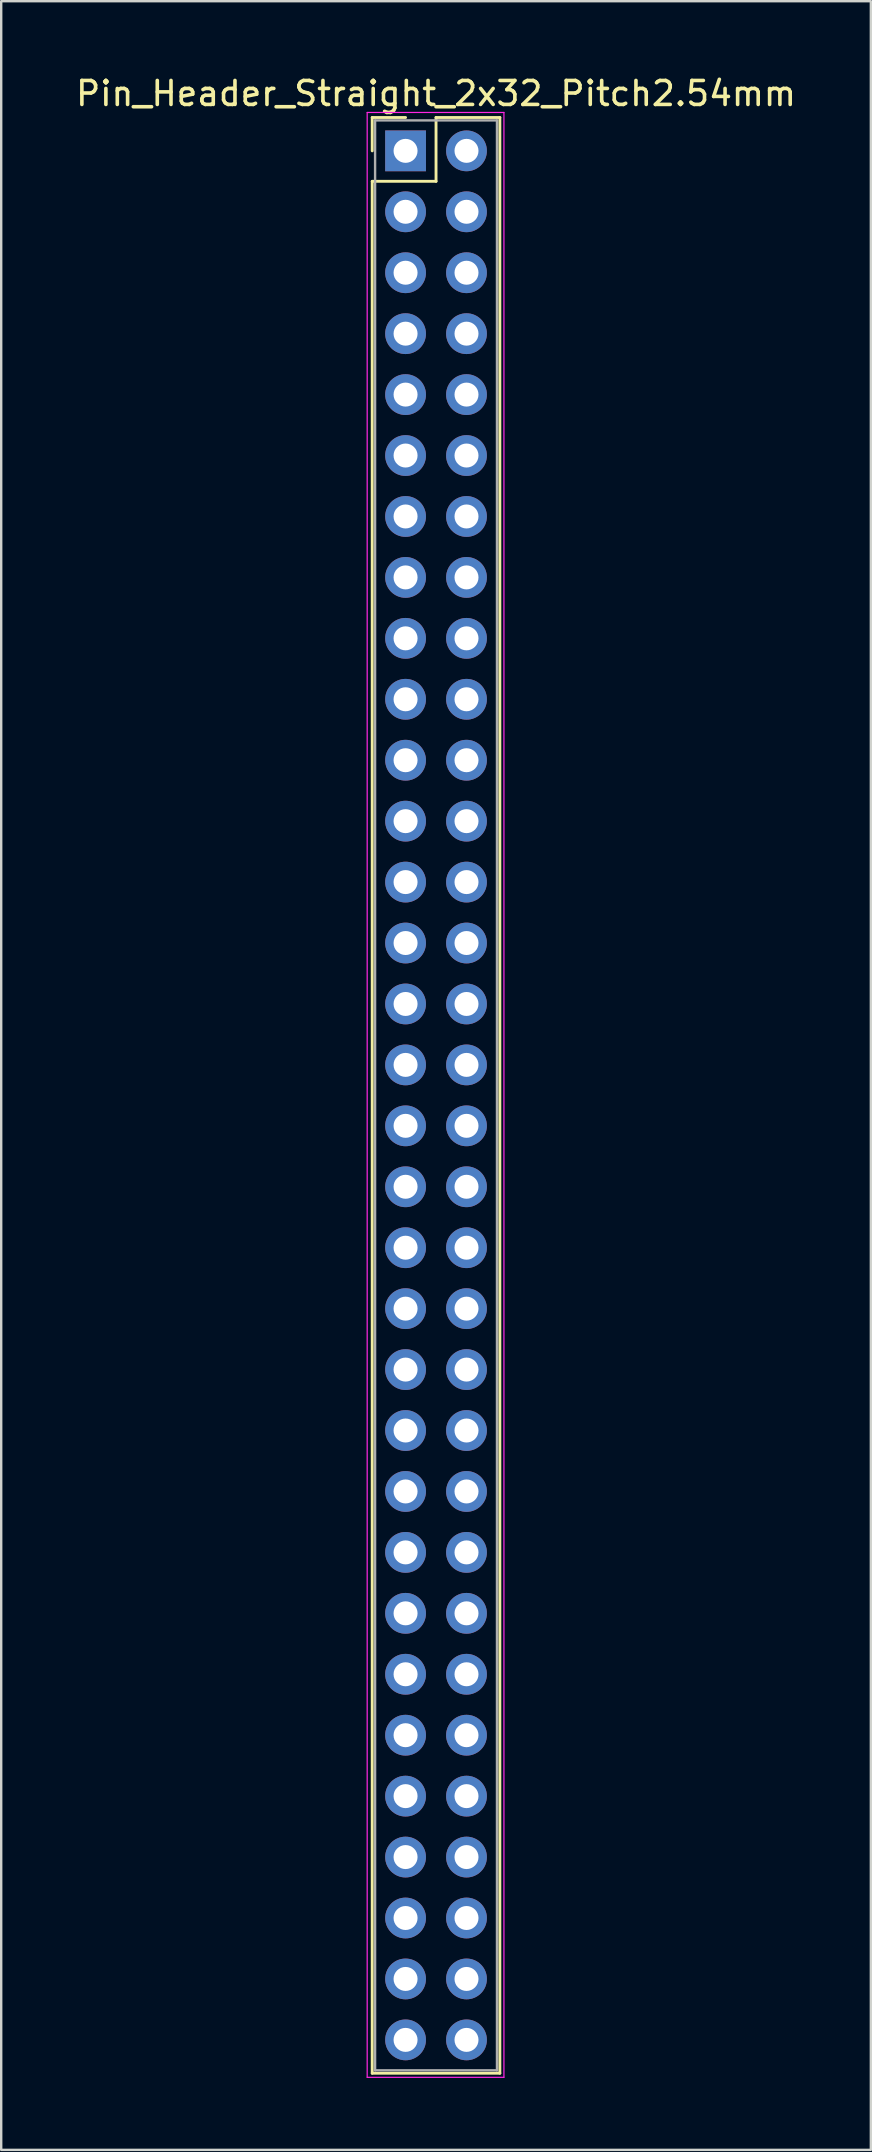
<source format=kicad_pcb>
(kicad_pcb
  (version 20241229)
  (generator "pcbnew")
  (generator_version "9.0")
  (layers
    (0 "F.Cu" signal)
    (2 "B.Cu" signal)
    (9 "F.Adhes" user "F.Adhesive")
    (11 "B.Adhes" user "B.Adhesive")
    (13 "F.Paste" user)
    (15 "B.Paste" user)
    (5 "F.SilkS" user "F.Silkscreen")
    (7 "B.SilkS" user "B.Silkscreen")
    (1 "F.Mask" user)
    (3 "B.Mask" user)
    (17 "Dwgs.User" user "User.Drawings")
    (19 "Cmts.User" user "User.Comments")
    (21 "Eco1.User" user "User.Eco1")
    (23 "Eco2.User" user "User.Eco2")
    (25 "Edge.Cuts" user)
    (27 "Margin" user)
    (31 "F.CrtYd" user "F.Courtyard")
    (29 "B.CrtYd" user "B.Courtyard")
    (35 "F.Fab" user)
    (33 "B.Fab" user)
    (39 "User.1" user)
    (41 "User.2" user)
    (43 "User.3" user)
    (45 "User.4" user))
  (footprint "Pin_Header_Straight_2x32_Pitch2.54mm"
    (layer "F.Cu")
    (at 13.855 3.238)
    (property "Reference" "Pin_Header_Straight_2x32_Pitch2.54mm" (at 1.27 -2.39 0) (layer "F.SilkS") (effects (font (size 1 1) (thickness 0.15))))
    (attr through_hole)
    (fp_line (start -1.39 -1.39) (end 0 -1.39) (stroke (width 0.12) (type solid)) (layer "F.SilkS"))
    (fp_line (start -1.39 0) (end -1.39 -1.39) (stroke (width 0.12) (type solid)) (layer "F.SilkS"))
    (fp_line (start -1.39 1.27) (end -1.39 80.13) (stroke (width 0.12) (type solid)) (layer "F.SilkS"))
    (fp_line (start -1.39 80.13) (end 3.93 80.13) (stroke (width 0.12) (type solid)) (layer "F.SilkS"))
    (fp_line (start 1.27 -1.39) (end 1.27 1.27) (stroke (width 0.12) (type solid)) (layer "F.SilkS"))
    (fp_line (start 1.27 1.27) (end -1.39 1.27) (stroke (width 0.12) (type solid)) (layer "F.SilkS"))
    (fp_line (start 3.93 -1.39) (end 1.27 -1.39) (stroke (width 0.12) (type solid)) (layer "F.SilkS"))
    (fp_line (start 3.93 80.13) (end 3.93 -1.39) (stroke (width 0.12) (type solid)) (layer "F.SilkS"))
    (fp_line (start -1.6 -1.6) (end -1.6 80.3) (stroke (width 0.05) (type solid)) (layer "F.CrtYd"))
    (fp_line (start -1.6 80.3) (end 4.1 80.3) (stroke (width 0.05) (type solid)) (layer "F.CrtYd"))
    (fp_line (start 4.1 -1.6) (end -1.6 -1.6) (stroke (width 0.05) (type solid)) (layer "F.CrtYd"))
    (fp_line (start 4.1 80.3) (end 4.1 -1.6) (stroke (width 0.05) (type solid)) (layer "F.CrtYd"))
    (fp_line (start -1.27 -1.27) (end -1.27 80.01) (stroke (width 0.1) (type solid)) (layer "F.Fab"))
    (fp_line (start -1.27 80.01) (end 3.81 80.01) (stroke (width 0.1) (type solid)) (layer "F.Fab"))
    (fp_line (start 3.81 -1.27) (end -1.27 -1.27) (stroke (width 0.1) (type solid)) (layer "F.Fab"))
    (fp_line (start 3.81 80.01) (end 3.81 -1.27) (stroke (width 0.1) (type solid)) (layer "F.Fab"))
    (pad "1" thru_hole rect (at 0 0) (size 1.7 1.7) (drill 1) (layers "*.Cu" "*.Mask"))
    (pad "2" thru_hole oval (at 2.54 0) (size 1.7 1.7) (drill 1) (layers "*.Cu" "*.Mask"))
    (pad "3" thru_hole oval (at 0 2.54) (size 1.7 1.7) (drill 1) (layers "*.Cu" "*.Mask"))
    (pad "4" thru_hole oval (at 2.54 2.54) (size 1.7 1.7) (drill 1) (layers "*.Cu" "*.Mask"))
    (pad "5" thru_hole oval (at 0 5.08) (size 1.7 1.7) (drill 1) (layers "*.Cu" "*.Mask"))
    (pad "6" thru_hole oval (at 2.54 5.08) (size 1.7 1.7) (drill 1) (layers "*.Cu" "*.Mask"))
    (pad "7" thru_hole oval (at 0 7.62) (size 1.7 1.7) (drill 1) (layers "*.Cu" "*.Mask"))
    (pad "8" thru_hole oval (at 2.54 7.62) (size 1.7 1.7) (drill 1) (layers "*.Cu" "*.Mask"))
    (pad "9" thru_hole oval (at 0 10.16) (size 1.7 1.7) (drill 1) (layers "*.Cu" "*.Mask"))
    (pad "10" thru_hole oval (at 2.54 10.16) (size 1.7 1.7) (drill 1) (layers "*.Cu" "*.Mask"))
    (pad "11" thru_hole oval (at 0 12.7) (size 1.7 1.7) (drill 1) (layers "*.Cu" "*.Mask"))
    (pad "12" thru_hole oval (at 2.54 12.7) (size 1.7 1.7) (drill 1) (layers "*.Cu" "*.Mask"))
    (pad "13" thru_hole oval (at 0 15.24) (size 1.7 1.7) (drill 1) (layers "*.Cu" "*.Mask"))
    (pad "14" thru_hole oval (at 2.54 15.24) (size 1.7 1.7) (drill 1) (layers "*.Cu" "*.Mask"))
    (pad "15" thru_hole oval (at 0 17.78) (size 1.7 1.7) (drill 1) (layers "*.Cu" "*.Mask"))
    (pad "16" thru_hole oval (at 2.54 17.78) (size 1.7 1.7) (drill 1) (layers "*.Cu" "*.Mask"))
    (pad "17" thru_hole oval (at 0 20.32) (size 1.7 1.7) (drill 1) (layers "*.Cu" "*.Mask"))
    (pad "18" thru_hole oval (at 2.54 20.32) (size 1.7 1.7) (drill 1) (layers "*.Cu" "*.Mask"))
    (pad "19" thru_hole oval (at 0 22.86) (size 1.7 1.7) (drill 1) (layers "*.Cu" "*.Mask"))
    (pad "20" thru_hole oval (at 2.54 22.86) (size 1.7 1.7) (drill 1) (layers "*.Cu" "*.Mask"))
    (pad "21" thru_hole oval (at 0 25.4) (size 1.7 1.7) (drill 1) (layers "*.Cu" "*.Mask"))
    (pad "22" thru_hole oval (at 2.54 25.4) (size 1.7 1.7) (drill 1) (layers "*.Cu" "*.Mask"))
    (pad "23" thru_hole oval (at 0 27.94) (size 1.7 1.7) (drill 1) (layers "*.Cu" "*.Mask"))
    (pad "24" thru_hole oval (at 2.54 27.94) (size 1.7 1.7) (drill 1) (layers "*.Cu" "*.Mask"))
    (pad "25" thru_hole oval (at 0 30.48) (size 1.7 1.7) (drill 1) (layers "*.Cu" "*.Mask"))
    (pad "26" thru_hole oval (at 2.54 30.48) (size 1.7 1.7) (drill 1) (layers "*.Cu" "*.Mask"))
    (pad "27" thru_hole oval (at 0 33.02) (size 1.7 1.7) (drill 1) (layers "*.Cu" "*.Mask"))
    (pad "28" thru_hole oval (at 2.54 33.02) (size 1.7 1.7) (drill 1) (layers "*.Cu" "*.Mask"))
    (pad "29" thru_hole oval (at 0 35.56) (size 1.7 1.7) (drill 1) (layers "*.Cu" "*.Mask"))
    (pad "30" thru_hole oval (at 2.54 35.56) (size 1.7 1.7) (drill 1) (layers "*.Cu" "*.Mask"))
    (pad "31" thru_hole oval (at 0 38.1) (size 1.7 1.7) (drill 1) (layers "*.Cu" "*.Mask"))
    (pad "32" thru_hole oval (at 2.54 38.1) (size 1.7 1.7) (drill 1) (layers "*.Cu" "*.Mask"))
    (pad "33" thru_hole oval (at 0 40.64) (size 1.7 1.7) (drill 1) (layers "*.Cu" "*.Mask"))
    (pad "34" thru_hole oval (at 2.54 40.64) (size 1.7 1.7) (drill 1) (layers "*.Cu" "*.Mask"))
    (pad "35" thru_hole oval (at 0 43.18) (size 1.7 1.7) (drill 1) (layers "*.Cu" "*.Mask"))
    (pad "36" thru_hole oval (at 2.54 43.18) (size 1.7 1.7) (drill 1) (layers "*.Cu" "*.Mask"))
    (pad "37" thru_hole oval (at 0 45.72) (size 1.7 1.7) (drill 1) (layers "*.Cu" "*.Mask"))
    (pad "38" thru_hole oval (at 2.54 45.72) (size 1.7 1.7) (drill 1) (layers "*.Cu" "*.Mask"))
    (pad "39" thru_hole oval (at 0 48.26) (size 1.7 1.7) (drill 1) (layers "*.Cu" "*.Mask"))
    (pad "40" thru_hole oval (at 2.54 48.26) (size 1.7 1.7) (drill 1) (layers "*.Cu" "*.Mask"))
    (pad "41" thru_hole oval (at 0 50.8) (size 1.7 1.7) (drill 1) (layers "*.Cu" "*.Mask"))
    (pad "42" thru_hole oval (at 2.54 50.8) (size 1.7 1.7) (drill 1) (layers "*.Cu" "*.Mask"))
    (pad "43" thru_hole oval (at 0 53.34) (size 1.7 1.7) (drill 1) (layers "*.Cu" "*.Mask"))
    (pad "44" thru_hole oval (at 2.54 53.34) (size 1.7 1.7) (drill 1) (layers "*.Cu" "*.Mask"))
    (pad "45" thru_hole oval (at 0 55.88) (size 1.7 1.7) (drill 1) (layers "*.Cu" "*.Mask"))
    (pad "46" thru_hole oval (at 2.54 55.88) (size 1.7 1.7) (drill 1) (layers "*.Cu" "*.Mask"))
    (pad "47" thru_hole oval (at 0 58.42) (size 1.7 1.7) (drill 1) (layers "*.Cu" "*.Mask"))
    (pad "48" thru_hole oval (at 2.54 58.42) (size 1.7 1.7) (drill 1) (layers "*.Cu" "*.Mask"))
    (pad "49" thru_hole oval (at 0 60.96) (size 1.7 1.7) (drill 1) (layers "*.Cu" "*.Mask"))
    (pad "50" thru_hole oval (at 2.54 60.96) (size 1.7 1.7) (drill 1) (layers "*.Cu" "*.Mask"))
    (pad "51" thru_hole oval (at 0 63.5) (size 1.7 1.7) (drill 1) (layers "*.Cu" "*.Mask"))
    (pad "52" thru_hole oval (at 2.54 63.5) (size 1.7 1.7) (drill 1) (layers "*.Cu" "*.Mask"))
    (pad "53" thru_hole oval (at 0 66.04) (size 1.7 1.7) (drill 1) (layers "*.Cu" "*.Mask"))
    (pad "54" thru_hole oval (at 2.54 66.04) (size 1.7 1.7) (drill 1) (layers "*.Cu" "*.Mask"))
    (pad "55" thru_hole oval (at 0 68.58) (size 1.7 1.7) (drill 1) (layers "*.Cu" "*.Mask"))
    (pad "56" thru_hole oval (at 2.54 68.58) (size 1.7 1.7) (drill 1) (layers "*.Cu" "*.Mask"))
    (pad "57" thru_hole oval (at 0 71.12) (size 1.7 1.7) (drill 1) (layers "*.Cu" "*.Mask"))
    (pad "58" thru_hole oval (at 2.54 71.12) (size 1.7 1.7) (drill 1) (layers "*.Cu" "*.Mask"))
    (pad "59" thru_hole oval (at 0 73.66) (size 1.7 1.7) (drill 1) (layers "*.Cu" "*.Mask"))
    (pad "60" thru_hole oval (at 2.54 73.66) (size 1.7 1.7) (drill 1) (layers "*.Cu" "*.Mask"))
    (pad "61" thru_hole oval (at 0 76.2) (size 1.7 1.7) (drill 1) (layers "*.Cu" "*.Mask"))
    (pad "62" thru_hole oval (at 2.54 76.2) (size 1.7 1.7) (drill 1) (layers "*.Cu" "*.Mask"))
    (pad "63" thru_hole oval (at 0 78.74) (size 1.7 1.7) (drill 1) (layers "*.Cu" "*.Mask"))
    (pad "64" thru_hole oval (at 2.54 78.74) (size 1.7 1.7) (drill 1) (layers "*.Cu" "*.Mask")))
  (gr_rect
    (start -3 -3)
    (end 33.25 86.563)
    (stroke (width 0.1) (type default))
    (fill no)
    (layer "Edge.Cuts")))
</source>
